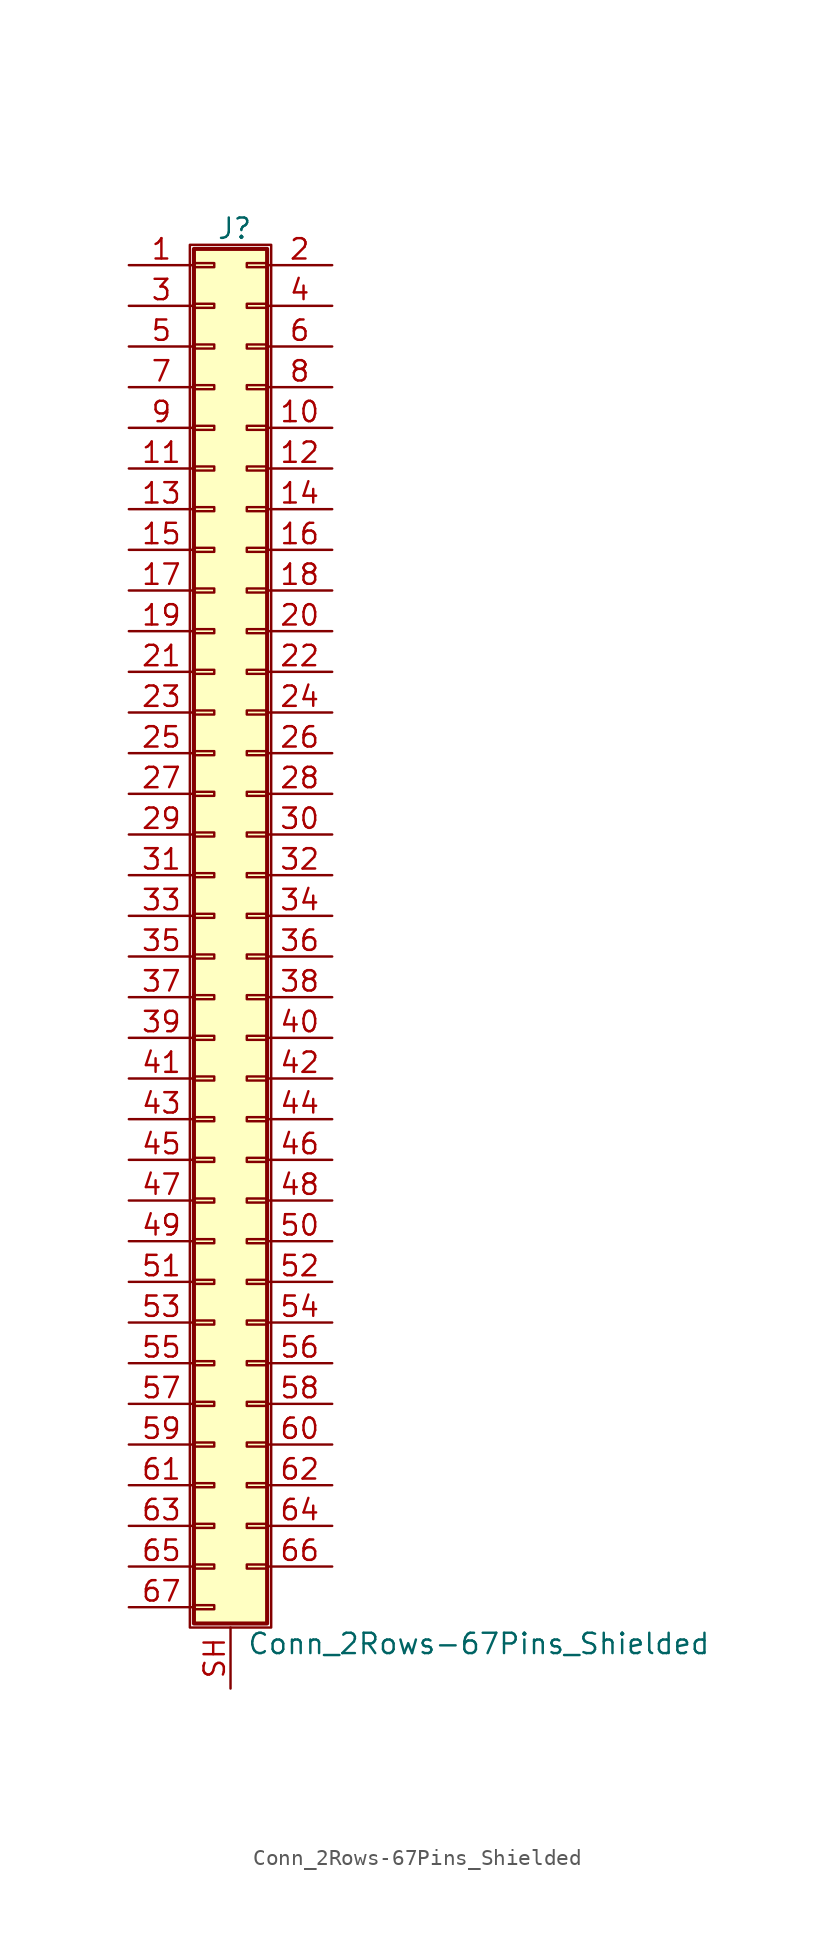
<source format=kicad_sym>
(kicad_symbol_lib
  (version 20201005)
  (generator kicad_symbol_editor)
  (symbol "Conn_2Rows-67Pins_Shielded"
    (pin_names
      (offset 1.016) hide)
    (property "Reference" "J"
      (at 1.524 42.926 0)
      (effects (font (size 1.27 1.27))))
    (property "Value" "Conn_2Rows-67Pins_Shielded"
      (at 2.286 -45.466 0)
      (effects (font (size 1.27 1.27)) (justify left)))
    (symbol "Conn_2Rows-67Pins_Shielded_1_1"
      (rectangle (start -1.27 41.91) (end 3.81 -44.45) (stroke (width 0.152)) (fill (type none)))
      (rectangle (start -1.016 -43.053) (end 0.254 -43.307) (stroke (width 0.152)) (fill (type none)))
      (rectangle (start -1.016 -40.513) (end 0.254 -40.767) (stroke (width 0.152)) (fill (type none)))
      (rectangle (start -1.016 -37.973) (end 0.254 -38.227) (stroke (width 0.152)) (fill (type none)))
      (rectangle (start -1.016 -35.433) (end 0.254 -35.687) (stroke (width 0.152)) (fill (type none)))
      (rectangle (start -1.016 -32.893) (end 0.254 -33.147) (stroke (width 0.152)) (fill (type none)))
      (rectangle (start -1.016 -30.353) (end 0.254 -30.607) (stroke (width 0.152)) (fill (type none)))
      (rectangle (start -1.016 -27.813) (end 0.254 -28.067) (stroke (width 0.152)) (fill (type none)))
      (rectangle (start -1.016 -25.273) (end 0.254 -25.527) (stroke (width 0.152)) (fill (type none)))
      (rectangle (start -1.016 -22.733) (end 0.254 -22.987) (stroke (width 0.152)) (fill (type none)))
      (rectangle (start -1.016 -20.193) (end 0.254 -20.447) (stroke (width 0.152)) (fill (type none)))
      (rectangle (start -1.016 -17.653) (end 0.254 -17.907) (stroke (width 0.152)) (fill (type none)))
      (rectangle (start -1.016 -15.113) (end 0.254 -15.367) (stroke (width 0.152)) (fill (type none)))
      (rectangle (start -1.016 -12.573) (end 0.254 -12.827) (stroke (width 0.152)) (fill (type none)))
      (rectangle (start -1.016 -10.033) (end 0.254 -10.287) (stroke (width 0.152)) (fill (type none)))
      (rectangle (start -1.016 -7.493) (end 0.254 -7.747) (stroke (width 0.152)) (fill (type none)))
      (rectangle (start -1.016 -4.953) (end 0.254 -5.207) (stroke (width 0.152)) (fill (type none)))
      (rectangle (start -1.016 -2.413) (end 0.254 -2.667) (stroke (width 0.152)) (fill (type none)))
      (rectangle (start -1.016 0.127) (end 0.254 -0.127) (stroke (width 0.152)) (fill (type none)))
      (rectangle (start -1.016 2.667) (end 0.254 2.413) (stroke (width 0.152)) (fill (type none)))
      (rectangle (start -1.016 5.207) (end 0.254 4.953) (stroke (width 0.152)) (fill (type none)))
      (rectangle (start -1.016 7.747) (end 0.254 7.493) (stroke (width 0.152)) (fill (type none)))
      (rectangle (start -1.016 10.287) (end 0.254 10.033) (stroke (width 0.152)) (fill (type none)))
      (rectangle (start -1.016 12.827) (end 0.254 12.573) (stroke (width 0.152)) (fill (type none)))
      (rectangle (start -1.016 15.367) (end 0.254 15.113) (stroke (width 0.152)) (fill (type none)))
      (rectangle (start -1.016 17.907) (end 0.254 17.653) (stroke (width 0.152)) (fill (type none)))
      (rectangle (start -1.016 20.447) (end 0.254 20.193) (stroke (width 0.152)) (fill (type none)))
      (rectangle (start -1.016 22.987) (end 0.254 22.733) (stroke (width 0.152)) (fill (type none)))
      (rectangle (start -1.016 25.527) (end 0.254 25.273) (stroke (width 0.152)) (fill (type none)))
      (rectangle (start -1.016 28.067) (end 0.254 27.813) (stroke (width 0.152)) (fill (type none)))
      (rectangle (start -1.016 30.607) (end 0.254 30.353) (stroke (width 0.152)) (fill (type none)))
      (rectangle (start -1.016 33.147) (end 0.254 32.893) (stroke (width 0.152)) (fill (type none)))
      (rectangle (start -1.016 35.687) (end 0.254 35.433) (stroke (width 0.152)) (fill (type none)))
      (rectangle (start -1.016 38.227) (end 0.254 37.973) (stroke (width 0.152)) (fill (type none)))
      (rectangle (start -1.016 40.767) (end 0.254 40.513) (stroke (width 0.152)) (fill (type none)))
      (rectangle (start -1.016 41.656) (end 3.556 -44.196) (stroke (width 0.254)) (fill (type background)))
      (rectangle (start 3.556 -40.513) (end 2.286 -40.767) (stroke (width 0.152)) (fill (type none)))
      (rectangle (start 3.556 -37.973) (end 2.286 -38.227) (stroke (width 0.152)) (fill (type none)))
      (rectangle (start 3.556 -35.433) (end 2.286 -35.687) (stroke (width 0.152)) (fill (type none)))
      (rectangle (start 3.556 -32.893) (end 2.286 -33.147) (stroke (width 0.152)) (fill (type none)))
      (rectangle (start 3.556 -30.353) (end 2.286 -30.607) (stroke (width 0.152)) (fill (type none)))
      (rectangle (start 3.556 -27.813) (end 2.286 -28.067) (stroke (width 0.152)) (fill (type none)))
      (rectangle (start 3.556 -25.273) (end 2.286 -25.527) (stroke (width 0.152)) (fill (type none)))
      (rectangle (start 3.556 -22.733) (end 2.286 -22.987) (stroke (width 0.152)) (fill (type none)))
      (rectangle (start 3.556 -20.193) (end 2.286 -20.447) (stroke (width 0.152)) (fill (type none)))
      (rectangle (start 3.556 -17.653) (end 2.286 -17.907) (stroke (width 0.152)) (fill (type none)))
      (rectangle (start 3.556 -15.113) (end 2.286 -15.367) (stroke (width 0.152)) (fill (type none)))
      (rectangle (start 3.556 -12.573) (end 2.286 -12.827) (stroke (width 0.152)) (fill (type none)))
      (rectangle (start 3.556 -10.033) (end 2.286 -10.287) (stroke (width 0.152)) (fill (type none)))
      (rectangle (start 3.556 -7.493) (end 2.286 -7.747) (stroke (width 0.152)) (fill (type none)))
      (rectangle (start 3.556 -4.953) (end 2.286 -5.207) (stroke (width 0.152)) (fill (type none)))
      (rectangle (start 3.556 -2.413) (end 2.286 -2.667) (stroke (width 0.152)) (fill (type none)))
      (rectangle (start 3.556 0.127) (end 2.286 -0.127) (stroke (width 0.152)) (fill (type none)))
      (rectangle (start 3.556 2.667) (end 2.286 2.413) (stroke (width 0.152)) (fill (type none)))
      (rectangle (start 3.556 5.207) (end 2.286 4.953) (stroke (width 0.152)) (fill (type none)))
      (rectangle (start 3.556 7.747) (end 2.286 7.493) (stroke (width 0.152)) (fill (type none)))
      (rectangle (start 3.556 10.287) (end 2.286 10.033) (stroke (width 0.152)) (fill (type none)))
      (rectangle (start 3.556 12.827) (end 2.286 12.573) (stroke (width 0.152)) (fill (type none)))
      (rectangle (start 3.556 15.367) (end 2.286 15.113) (stroke (width 0.152)) (fill (type none)))
      (rectangle (start 3.556 17.907) (end 2.286 17.653) (stroke (width 0.152)) (fill (type none)))
      (rectangle (start 3.556 20.447) (end 2.286 20.193) (stroke (width 0.152)) (fill (type none)))
      (rectangle (start 3.556 22.987) (end 2.286 22.733) (stroke (width 0.152)) (fill (type none)))
      (rectangle (start 3.556 25.527) (end 2.286 25.273) (stroke (width 0.152)) (fill (type none)))
      (rectangle (start 3.556 28.067) (end 2.286 27.813) (stroke (width 0.152)) (fill (type none)))
      (rectangle (start 3.556 30.607) (end 2.286 30.353) (stroke (width 0.152)) (fill (type none)))
      (rectangle (start 3.556 33.147) (end 2.286 32.893) (stroke (width 0.152)) (fill (type none)))
      (rectangle (start 3.556 35.687) (end 2.286 35.433) (stroke (width 0.152)) (fill (type none)))
      (rectangle (start 3.556 38.227) (end 2.286 37.973) (stroke (width 0.152)) (fill (type none)))
      (rectangle (start 3.556 40.767) (end 2.286 40.513) (stroke (width 0.152)) (fill (type none)))
      (pin passive line (at -5.08 40.64 0) (length 4.064) (name "Pin_1" (effects (font (size 1.27 1.27)))) (number "1" (effects (font (size 1.27 1.27)))))
      (pin passive line (at 7.62 30.48 180) (length 4.064) (name "Pin_10" (effects (font (size 1.27 1.27)))) (number "10" (effects (font (size 1.27 1.27)))))
      (pin passive line (at -5.08 27.94 0) (length 4.064) (name "Pin_11" (effects (font (size 1.27 1.27)))) (number "11" (effects (font (size 1.27 1.27)))))
      (pin passive line (at 7.62 27.94 180) (length 4.064) (name "Pin_12" (effects (font (size 1.27 1.27)))) (number "12" (effects (font (size 1.27 1.27)))))
      (pin passive line (at -5.08 25.4 0) (length 4.064) (name "Pin_13" (effects (font (size 1.27 1.27)))) (number "13" (effects (font (size 1.27 1.27)))))
      (pin passive line (at 7.62 25.4 180) (length 4.064) (name "Pin_14" (effects (font (size 1.27 1.27)))) (number "14" (effects (font (size 1.27 1.27)))))
      (pin passive line (at -5.08 22.86 0) (length 4.064) (name "Pin_15" (effects (font (size 1.27 1.27)))) (number "15" (effects (font (size 1.27 1.27)))))
      (pin passive line (at 7.62 22.86 180) (length 4.064) (name "Pin_16" (effects (font (size 1.27 1.27)))) (number "16" (effects (font (size 1.27 1.27)))))
      (pin passive line (at -5.08 20.32 0) (length 4.064) (name "Pin_17" (effects (font (size 1.27 1.27)))) (number "17" (effects (font (size 1.27 1.27)))))
      (pin passive line (at 7.62 20.32 180) (length 4.064) (name "Pin_18" (effects (font (size 1.27 1.27)))) (number "18" (effects (font (size 1.27 1.27)))))
      (pin passive line (at -5.08 17.78 0) (length 4.064) (name "Pin_19" (effects (font (size 1.27 1.27)))) (number "19" (effects (font (size 1.27 1.27)))))
      (pin passive line (at 7.62 40.64 180) (length 4.064) (name "Pin_2" (effects (font (size 1.27 1.27)))) (number "2" (effects (font (size 1.27 1.27)))))
      (pin passive line (at 7.62 17.78 180) (length 4.064) (name "Pin_20" (effects (font (size 1.27 1.27)))) (number "20" (effects (font (size 1.27 1.27)))))
      (pin passive line (at -5.08 15.24 0) (length 4.064) (name "Pin_21" (effects (font (size 1.27 1.27)))) (number "21" (effects (font (size 1.27 1.27)))))
      (pin passive line (at 7.62 15.24 180) (length 4.064) (name "Pin_22" (effects (font (size 1.27 1.27)))) (number "22" (effects (font (size 1.27 1.27)))))
      (pin passive line (at -5.08 12.7 0) (length 4.064) (name "Pin_23" (effects (font (size 1.27 1.27)))) (number "23" (effects (font (size 1.27 1.27)))))
      (pin passive line (at 7.62 12.7 180) (length 4.064) (name "Pin_24" (effects (font (size 1.27 1.27)))) (number "24" (effects (font (size 1.27 1.27)))))
      (pin passive line (at -5.08 10.16 0) (length 4.064) (name "Pin_25" (effects (font (size 1.27 1.27)))) (number "25" (effects (font (size 1.27 1.27)))))
      (pin passive line (at 7.62 10.16 180) (length 4.064) (name "Pin_26" (effects (font (size 1.27 1.27)))) (number "26" (effects (font (size 1.27 1.27)))))
      (pin passive line (at -5.08 7.62 0) (length 4.064) (name "Pin_27" (effects (font (size 1.27 1.27)))) (number "27" (effects (font (size 1.27 1.27)))))
      (pin passive line (at 7.62 7.62 180) (length 4.064) (name "Pin_28" (effects (font (size 1.27 1.27)))) (number "28" (effects (font (size 1.27 1.27)))))
      (pin passive line (at -5.08 5.08 0) (length 4.064) (name "Pin_29" (effects (font (size 1.27 1.27)))) (number "29" (effects (font (size 1.27 1.27)))))
      (pin passive line (at -5.08 38.1 0) (length 4.064) (name "Pin_3" (effects (font (size 1.27 1.27)))) (number "3" (effects (font (size 1.27 1.27)))))
      (pin passive line (at 7.62 5.08 180) (length 4.064) (name "Pin_30" (effects (font (size 1.27 1.27)))) (number "30" (effects (font (size 1.27 1.27)))))
      (pin passive line (at -5.08 2.54 0) (length 4.064) (name "Pin_31" (effects (font (size 1.27 1.27)))) (number "31" (effects (font (size 1.27 1.27)))))
      (pin passive line (at 7.62 2.54 180) (length 4.064) (name "Pin_32" (effects (font (size 1.27 1.27)))) (number "32" (effects (font (size 1.27 1.27)))))
      (pin passive line (at -5.08 0 0) (length 4.064) (name "Pin_33" (effects (font (size 1.27 1.27)))) (number "33" (effects (font (size 1.27 1.27)))))
      (pin passive line (at 7.62 0 180) (length 4.064) (name "Pin_34" (effects (font (size 1.27 1.27)))) (number "34" (effects (font (size 1.27 1.27)))))
      (pin passive line (at -5.08 -2.54 0) (length 4.064) (name "Pin_35" (effects (font (size 1.27 1.27)))) (number "35" (effects (font (size 1.27 1.27)))))
      (pin passive line (at 7.62 -2.54 180) (length 4.064) (name "Pin_36" (effects (font (size 1.27 1.27)))) (number "36" (effects (font (size 1.27 1.27)))))
      (pin passive line (at -5.08 -5.08 0) (length 4.064) (name "Pin_37" (effects (font (size 1.27 1.27)))) (number "37" (effects (font (size 1.27 1.27)))))
      (pin passive line (at 7.62 -5.08 180) (length 4.064) (name "Pin_38" (effects (font (size 1.27 1.27)))) (number "38" (effects (font (size 1.27 1.27)))))
      (pin passive line (at -5.08 -7.62 0) (length 4.064) (name "Pin_39" (effects (font (size 1.27 1.27)))) (number "39" (effects (font (size 1.27 1.27)))))
      (pin passive line (at 7.62 38.1 180) (length 4.064) (name "Pin_4" (effects (font (size 1.27 1.27)))) (number "4" (effects (font (size 1.27 1.27)))))
      (pin passive line (at 7.62 -7.62 180) (length 4.064) (name "Pin_40" (effects (font (size 1.27 1.27)))) (number "40" (effects (font (size 1.27 1.27)))))
      (pin passive line (at -5.08 -10.16 0) (length 4.064) (name "Pin_41" (effects (font (size 1.27 1.27)))) (number "41" (effects (font (size 1.27 1.27)))))
      (pin passive line (at 7.62 -10.16 180) (length 4.064) (name "Pin_42" (effects (font (size 1.27 1.27)))) (number "42" (effects (font (size 1.27 1.27)))))
      (pin passive line (at -5.08 -12.7 0) (length 4.064) (name "Pin_43" (effects (font (size 1.27 1.27)))) (number "43" (effects (font (size 1.27 1.27)))))
      (pin passive line (at 7.62 -12.7 180) (length 4.064) (name "Pin_44" (effects (font (size 1.27 1.27)))) (number "44" (effects (font (size 1.27 1.27)))))
      (pin passive line (at -5.08 -15.24 0) (length 4.064) (name "Pin_45" (effects (font (size 1.27 1.27)))) (number "45" (effects (font (size 1.27 1.27)))))
      (pin passive line (at 7.62 -15.24 180) (length 4.064) (name "Pin_46" (effects (font (size 1.27 1.27)))) (number "46" (effects (font (size 1.27 1.27)))))
      (pin passive line (at -5.08 -17.78 0) (length 4.064) (name "Pin_47" (effects (font (size 1.27 1.27)))) (number "47" (effects (font (size 1.27 1.27)))))
      (pin passive line (at 7.62 -17.78 180) (length 4.064) (name "Pin_48" (effects (font (size 1.27 1.27)))) (number "48" (effects (font (size 1.27 1.27)))))
      (pin passive line (at -5.08 -20.32 0) (length 4.064) (name "Pin_49" (effects (font (size 1.27 1.27)))) (number "49" (effects (font (size 1.27 1.27)))))
      (pin passive line (at -5.08 35.56 0) (length 4.064) (name "Pin_5" (effects (font (size 1.27 1.27)))) (number "5" (effects (font (size 1.27 1.27)))))
      (pin passive line (at 7.62 -20.32 180) (length 4.064) (name "Pin_50" (effects (font (size 1.27 1.27)))) (number "50" (effects (font (size 1.27 1.27)))))
      (pin passive line (at -5.08 -22.86 0) (length 4.064) (name "Pin_51" (effects (font (size 1.27 1.27)))) (number "51" (effects (font (size 1.27 1.27)))))
      (pin passive line (at 7.62 -22.86 180) (length 4.064) (name "Pin_52" (effects (font (size 1.27 1.27)))) (number "52" (effects (font (size 1.27 1.27)))))
      (pin passive line (at -5.08 -25.4 0) (length 4.064) (name "Pin_53" (effects (font (size 1.27 1.27)))) (number "53" (effects (font (size 1.27 1.27)))))
      (pin passive line (at 7.62 -25.4 180) (length 4.064) (name "Pin_54" (effects (font (size 1.27 1.27)))) (number "54" (effects (font (size 1.27 1.27)))))
      (pin passive line (at -5.08 -27.94 0) (length 4.064) (name "Pin_55" (effects (font (size 1.27 1.27)))) (number "55" (effects (font (size 1.27 1.27)))))
      (pin passive line (at 7.62 -27.94 180) (length 4.064) (name "Pin_56" (effects (font (size 1.27 1.27)))) (number "56" (effects (font (size 1.27 1.27)))))
      (pin passive line (at -5.08 -30.48 0) (length 4.064) (name "Pin_57" (effects (font (size 1.27 1.27)))) (number "57" (effects (font (size 1.27 1.27)))))
      (pin passive line (at 7.62 -30.48 180) (length 4.064) (name "Pin_58" (effects (font (size 1.27 1.27)))) (number "58" (effects (font (size 1.27 1.27)))))
      (pin passive line (at -5.08 -33.02 0) (length 4.064) (name "Pin_59" (effects (font (size 1.27 1.27)))) (number "59" (effects (font (size 1.27 1.27)))))
      (pin passive line (at 7.62 35.56 180) (length 4.064) (name "Pin_6" (effects (font (size 1.27 1.27)))) (number "6" (effects (font (size 1.27 1.27)))))
      (pin passive line (at 7.62 -33.02 180) (length 4.064) (name "Pin_60" (effects (font (size 1.27 1.27)))) (number "60" (effects (font (size 1.27 1.27)))))
      (pin passive line (at -5.08 -35.56 0) (length 4.064) (name "Pin_61" (effects (font (size 1.27 1.27)))) (number "61" (effects (font (size 1.27 1.27)))))
      (pin passive line (at 7.62 -35.56 180) (length 4.064) (name "Pin_62" (effects (font (size 1.27 1.27)))) (number "62" (effects (font (size 1.27 1.27)))))
      (pin passive line (at -5.08 -38.1 0) (length 4.064) (name "Pin_63" (effects (font (size 1.27 1.27)))) (number "63" (effects (font (size 1.27 1.27)))))
      (pin passive line (at 7.62 -38.1 180) (length 4.064) (name "Pin_64" (effects (font (size 1.27 1.27)))) (number "64" (effects (font (size 1.27 1.27)))))
      (pin passive line (at -5.08 -40.64 0) (length 4.064) (name "Pin_65" (effects (font (size 1.27 1.27)))) (number "65" (effects (font (size 1.27 1.27)))))
      (pin passive line (at 7.62 -40.64 180) (length 4.064) (name "Pin_66" (effects (font (size 1.27 1.27)))) (number "66" (effects (font (size 1.27 1.27)))))
      (pin passive line (at -5.08 -43.18 0) (length 4.064) (name "Pin_67" (effects (font (size 1.27 1.27)))) (number "67" (effects (font (size 1.27 1.27)))))
      (pin passive line (at -5.08 33.02 0) (length 4.064) (name "Pin_7" (effects (font (size 1.27 1.27)))) (number "7" (effects (font (size 1.27 1.27)))))
      (pin passive line (at 7.62 33.02 180) (length 4.064) (name "Pin_8" (effects (font (size 1.27 1.27)))) (number "8" (effects (font (size 1.27 1.27)))))
      (pin passive line (at -5.08 30.48 0) (length 4.064) (name "Pin_9" (effects (font (size 1.27 1.27)))) (number "9" (effects (font (size 1.27 1.27)))))
      (pin passive line (at 1.27 -48.26 90) (length 3.81) (name "Shield" (effects (font (size 1.27 1.27)))) (number "SH" (effects (font (size 1.27 1.27))))))))
</source>
